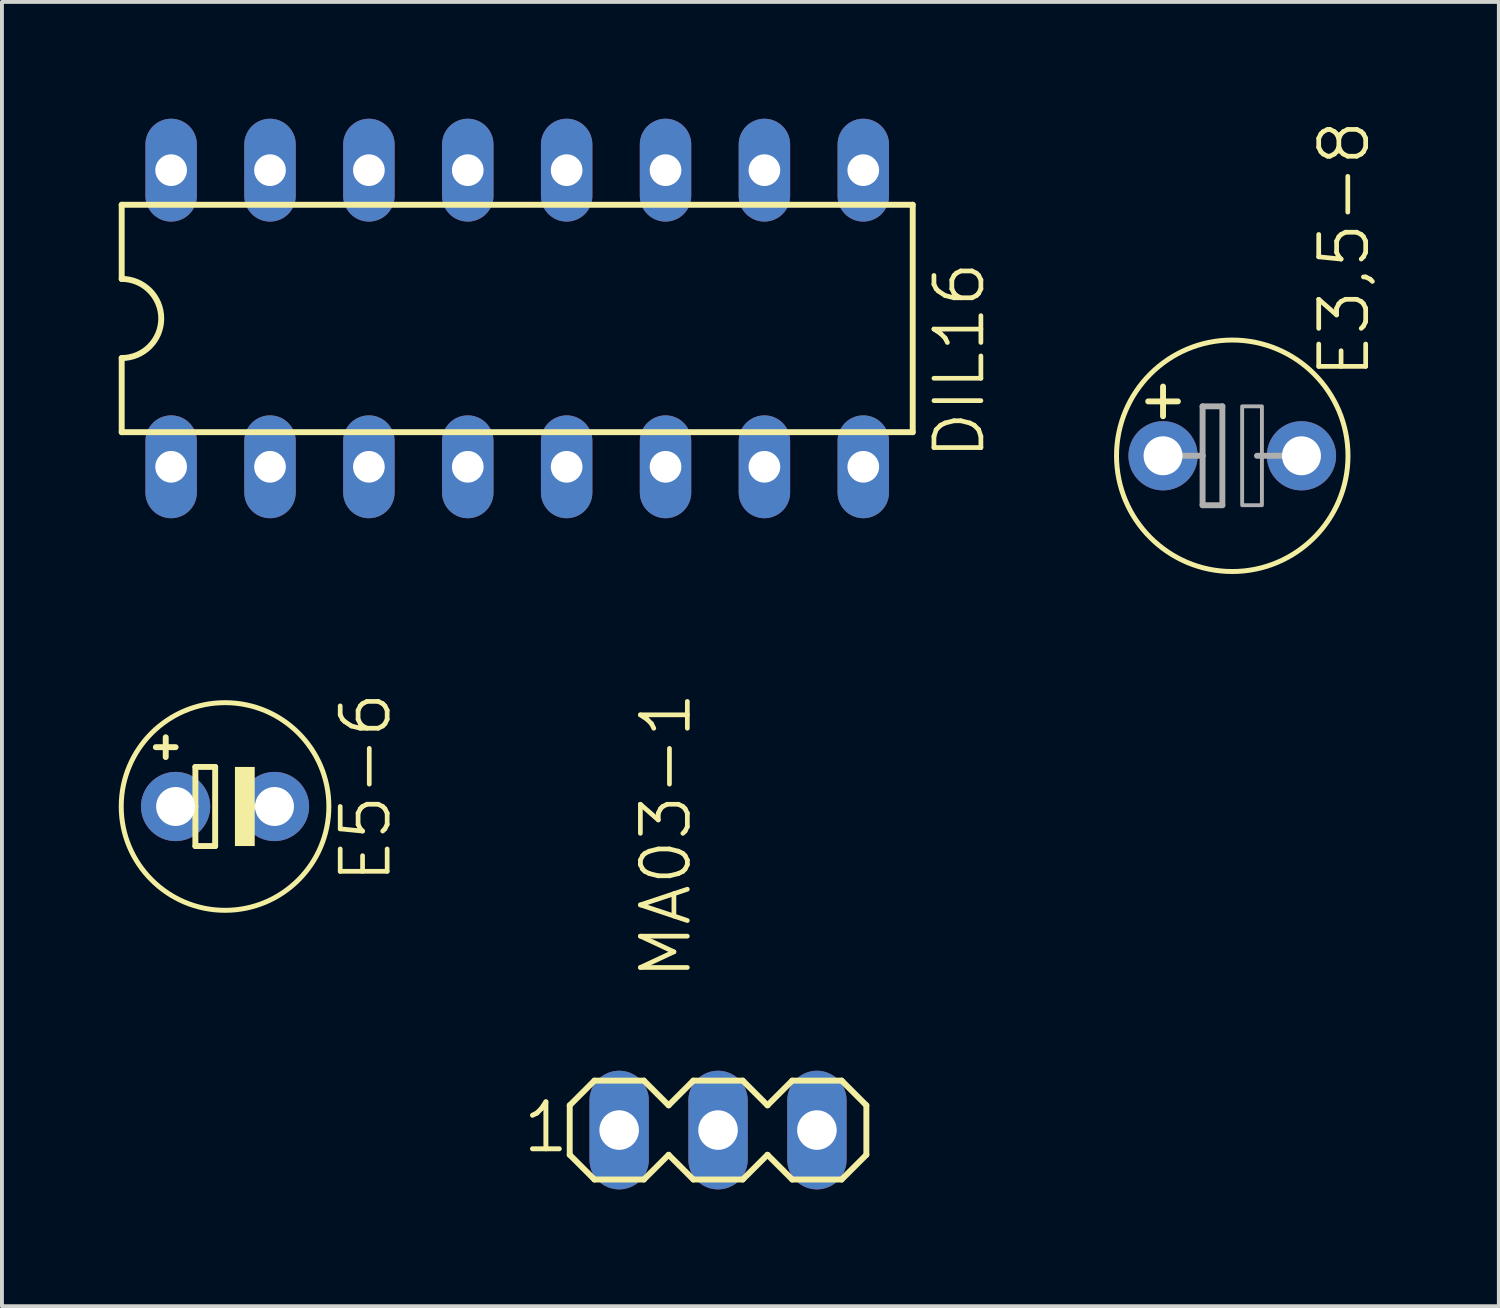
<source format=kicad_pcb>
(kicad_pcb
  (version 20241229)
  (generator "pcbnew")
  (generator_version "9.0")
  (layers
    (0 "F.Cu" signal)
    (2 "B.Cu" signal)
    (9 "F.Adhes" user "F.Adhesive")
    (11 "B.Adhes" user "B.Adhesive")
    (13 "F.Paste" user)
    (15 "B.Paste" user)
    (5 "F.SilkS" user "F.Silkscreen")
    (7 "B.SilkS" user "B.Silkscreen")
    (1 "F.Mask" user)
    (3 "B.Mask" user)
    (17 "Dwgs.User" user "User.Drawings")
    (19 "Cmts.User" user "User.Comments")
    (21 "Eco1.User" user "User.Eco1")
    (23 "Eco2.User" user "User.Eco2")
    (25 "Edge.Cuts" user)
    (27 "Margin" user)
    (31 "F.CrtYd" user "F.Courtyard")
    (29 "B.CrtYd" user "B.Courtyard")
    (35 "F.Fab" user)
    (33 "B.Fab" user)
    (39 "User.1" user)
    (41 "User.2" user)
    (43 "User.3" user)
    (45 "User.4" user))
  (footprint "DIL16"
    (layer "F.Cu")
    (at 10.236 5.131)
    (property "Reference" "DIL16" (at 12.065 3.683 90) (layer "F.SilkS") (effects (font (size 1.206 1.206) (thickness 0.121)) (justify left bottom)))
    (attr through_hole)
    (fp_line (start -10.16 -2.921) (end -10.16 -1.016) (stroke (width 0.152) (type solid)) (layer "F.SilkS"))
    (fp_line (start -10.16 2.921) (end -10.16 1.016) (stroke (width 0.152) (type solid)) (layer "F.SilkS"))
    (fp_line (start -10.16 2.921) (end 10.16 2.921) (stroke (width 0.152) (type solid)) (layer "F.SilkS"))
    (fp_line (start 10.16 -2.921) (end -10.16 -2.921) (stroke (width 0.152) (type solid)) (layer "F.SilkS"))
    (fp_line (start 10.16 -2.921) (end 10.16 2.921) (stroke (width 0.152) (type solid)) (layer "F.SilkS"))
    (fp_arc (start -10.16 -1.016) (mid -9.144 0) (end -10.16 1.016) (stroke (width 0.1524) (type solid)) (layer "F.SilkS"))
    (pad "1" thru_hole oval (at -8.89 3.81 90) (size 2.642 1.321) (drill 0.813) (layers "*.Cu" "*.Mask"))
    (pad "2" thru_hole oval (at -6.35 3.81 90) (size 2.642 1.321) (drill 0.813) (layers "*.Cu" "*.Mask"))
    (pad "3" thru_hole oval (at -3.81 3.81 90) (size 2.642 1.321) (drill 0.813) (layers "*.Cu" "*.Mask"))
    (pad "4" thru_hole oval (at -1.27 3.81 90) (size 2.642 1.321) (drill 0.813) (layers "*.Cu" "*.Mask"))
    (pad "5" thru_hole oval (at 1.27 3.81 90) (size 2.642 1.321) (drill 0.813) (layers "*.Cu" "*.Mask"))
    (pad "6" thru_hole oval (at 3.81 3.81 90) (size 2.642 1.321) (drill 0.813) (layers "*.Cu" "*.Mask"))
    (pad "7" thru_hole oval (at 6.35 3.81 90) (size 2.642 1.321) (drill 0.813) (layers "*.Cu" "*.Mask"))
    (pad "8" thru_hole oval (at 8.89 3.81 90) (size 2.642 1.321) (drill 0.813) (layers "*.Cu" "*.Mask"))
    (pad "9" thru_hole oval (at 8.89 -3.81 90) (size 2.642 1.321) (drill 0.813) (layers "*.Cu" "*.Mask"))
    (pad "10" thru_hole oval (at 6.35 -3.81 90) (size 2.642 1.321) (drill 0.813) (layers "*.Cu" "*.Mask"))
    (pad "11" thru_hole oval (at 3.81 -3.81 90) (size 2.642 1.321) (drill 0.813) (layers "*.Cu" "*.Mask"))
    (pad "12" thru_hole oval (at 1.27 -3.81 90) (size 2.642 1.321) (drill 0.813) (layers "*.Cu" "*.Mask"))
    (pad "13" thru_hole oval (at -1.27 -3.81 90) (size 2.642 1.321) (drill 0.813) (layers "*.Cu" "*.Mask"))
    (pad "14" thru_hole oval (at -3.81 -3.81 90) (size 2.642 1.321) (drill 0.813) (layers "*.Cu" "*.Mask"))
    (pad "15" thru_hole oval (at -6.35 -3.81 90) (size 2.642 1.321) (drill 0.813) (layers "*.Cu" "*.Mask"))
    (pad "16" thru_hole oval (at -8.89 -3.81 90) (size 2.642 1.321) (drill 0.813) (layers "*.Cu" "*.Mask")))
  (footprint "E5-6"
    (layer "F.Cu")
    (at 2.731 17.667)
    (property "Reference" "E5-6" (at 4.318 2.032 90) (layer "F.SilkS") (effects (font (size 1.206 1.206) (thickness 0.121)) (justify left bottom)))
    (attr through_hole)
    (fp_line (start -1.778 -1.524) (end -1.27 -1.524) (stroke (width 0.152) (type solid)) (layer "F.SilkS"))
    (fp_line (start -1.524 -1.27) (end -1.524 -1.778) (stroke (width 0.152) (type solid)) (layer "F.SilkS"))
    (fp_line (start -1.397 0) (end -0.762 0) (stroke (width 0.152) (type solid)) (layer "F.SilkS"))
    (fp_line (start -0.762 -1.016) (end -0.762 0) (stroke (width 0.152) (type solid)) (layer "F.SilkS"))
    (fp_line (start -0.762 0) (end -0.762 1.016) (stroke (width 0.152) (type solid)) (layer "F.SilkS"))
    (fp_line (start -0.762 1.016) (end -0.254 1.016) (stroke (width 0.152) (type solid)) (layer "F.SilkS"))
    (fp_line (start -0.254 -1.016) (end -0.762 -1.016) (stroke (width 0.152) (type solid)) (layer "F.SilkS"))
    (fp_line (start -0.254 1.016) (end -0.254 -1.016) (stroke (width 0.152) (type solid)) (layer "F.SilkS"))
    (fp_line (start 0.635 0) (end 1.397 0) (stroke (width 0.152) (type solid)) (layer "F.SilkS"))
    (fp_circle (center 0 0) (end 2.667 0) (stroke (width 0.127) (type solid)) (fill no) (layer "F.SilkS"))
    (fp_poly (pts (xy 0.254 1.016) (xy 0.762 1.016) (xy 0.762 -1.016) (xy 0.254 -1.016)) (stroke (width 0) (type solid)) (fill yes) (layer "F.SilkS"))
    (pad "+" thru_hole circle (at -1.27 0) (size 1.778 1.778) (drill 1) (layers "*.Cu" "*.Mask"))
    (pad "-" thru_hole circle (at 1.27 0) (size 1.778 1.778) (drill 1) (layers "*.Cu" "*.Mask")))
  (footprint "MA03-1"
    (layer "F.Cu")
    (at 15.395 25.979)
    (property "Reference" "MA03-1" (at -0.635 -3.81 270) (layer "F.SilkS") (effects (font (size 1.206 1.206) (thickness 0.121)) (justify left bottom)))
    (attr through_hole)
    (fp_line (start -3.81 -0.635) (end -3.81 0.635) (stroke (width 0.152) (type solid)) (layer "F.SilkS"))
    (fp_line (start -3.81 0.635) (end -3.175 1.27) (stroke (width 0.152) (type solid)) (layer "F.SilkS"))
    (fp_line (start -3.175 -1.27) (end -3.81 -0.635) (stroke (width 0.152) (type solid)) (layer "F.SilkS"))
    (fp_line (start -3.175 -1.27) (end -1.905 -1.27) (stroke (width 0.152) (type solid)) (layer "F.SilkS"))
    (fp_line (start -1.905 -1.27) (end -1.27 -0.635) (stroke (width 0.152) (type solid)) (layer "F.SilkS"))
    (fp_line (start -1.905 1.27) (end -3.175 1.27) (stroke (width 0.152) (type solid)) (layer "F.SilkS"))
    (fp_line (start -1.27 -0.635) (end -0.635 -1.27) (stroke (width 0.152) (type solid)) (layer "F.SilkS"))
    (fp_line (start -1.27 0.635) (end -1.905 1.27) (stroke (width 0.152) (type solid)) (layer "F.SilkS"))
    (fp_line (start -0.635 -1.27) (end 0.635 -1.27) (stroke (width 0.152) (type solid)) (layer "F.SilkS"))
    (fp_line (start -0.635 1.27) (end -1.27 0.635) (stroke (width 0.152) (type solid)) (layer "F.SilkS"))
    (fp_line (start 0.635 -1.27) (end 1.27 -0.635) (stroke (width 0.152) (type solid)) (layer "F.SilkS"))
    (fp_line (start 0.635 1.27) (end -0.635 1.27) (stroke (width 0.152) (type solid)) (layer "F.SilkS"))
    (fp_line (start 1.27 -0.635) (end 1.905 -1.27) (stroke (width 0.152) (type solid)) (layer "F.SilkS"))
    (fp_line (start 1.27 0.635) (end 0.635 1.27) (stroke (width 0.152) (type solid)) (layer "F.SilkS"))
    (fp_line (start 1.905 -1.27) (end 3.175 -1.27) (stroke (width 0.152) (type solid)) (layer "F.SilkS"))
    (fp_line (start 1.905 1.27) (end 1.27 0.635) (stroke (width 0.152) (type solid)) (layer "F.SilkS"))
    (fp_line (start 3.175 -1.27) (end 3.81 -0.635) (stroke (width 0.152) (type solid)) (layer "F.SilkS"))
    (fp_line (start 3.175 1.27) (end 1.905 1.27) (stroke (width 0.152) (type solid)) (layer "F.SilkS"))
    (fp_line (start 3.81 -0.635) (end 3.81 0.635) (stroke (width 0.152) (type solid)) (layer "F.SilkS"))
    (fp_line (start 3.81 0.635) (end 3.175 1.27) (stroke (width 0.152) (type solid)) (layer "F.SilkS"))
    (fp_poly (pts (xy -2.794 0.254) (xy -2.286 0.254) (xy -2.286 -0.254) (xy -2.794 -0.254)) (stroke (width 0.1) (type solid)) (fill no) (layer "F.Fab"))
    (fp_poly (pts (xy -0.254 0.254) (xy 0.254 0.254) (xy 0.254 -0.254) (xy -0.254 -0.254)) (stroke (width 0.1) (type solid)) (fill no) (layer "F.Fab"))
    (fp_poly (pts (xy 2.286 0.254) (xy 2.794 0.254) (xy 2.794 -0.254) (xy 2.286 -0.254)) (stroke (width 0.1) (type solid)) (fill no) (layer "F.Fab"))
    (fp_text user "1" (at -5.08 0.635 0) (layer "F.SilkS") (effects (font (size 1.206 1.206) (thickness 0.127)) (justify left bottom)))
    (pad "1" thru_hole oval (at -2.54 0 90) (size 3.048 1.524) (drill 1.016) (layers "*.Cu" "*.Mask"))
    (pad "2" thru_hole oval (at 0 0 90) (size 3.048 1.524) (drill 1.016) (layers "*.Cu" "*.Mask"))
    (pad "3" thru_hole oval (at 2.54 0 90) (size 3.048 1.524) (drill 1.016) (layers "*.Cu" "*.Mask")))
  (footprint "E3,5-8"
    (layer "F.Cu")
    (at 28.604 8.658)
    (property "Reference" "E3,5-8" (at 3.581 -1.93 90) (layer "F.SilkS") (effects (font (size 1.206 1.206) (thickness 0.121)) (justify left bottom)))
    (attr through_hole)
    (fp_line (start -2.159 -1.397) (end -1.397 -1.397) (stroke (width 0.152) (type solid)) (layer "F.SilkS"))
    (fp_line (start -1.778 -1.016) (end -1.778 -1.778) (stroke (width 0.152) (type solid)) (layer "F.SilkS"))
    (fp_circle (center 0 0) (end 2.973 0) (stroke (width 0.127) (type solid)) (fill no) (layer "F.SilkS"))
    (fp_line (start -1.651 0) (end -0.762 0) (stroke (width 0.152) (type solid)) (layer "F.Fab"))
    (fp_line (start -0.762 -1.27) (end -0.762 0) (stroke (width 0.152) (type solid)) (layer "F.Fab"))
    (fp_line (start -0.762 0) (end -0.762 1.27) (stroke (width 0.152) (type solid)) (layer "F.Fab"))
    (fp_line (start -0.762 1.27) (end -0.254 1.27) (stroke (width 0.152) (type solid)) (layer "F.Fab"))
    (fp_line (start -0.254 -1.27) (end -0.762 -1.27) (stroke (width 0.152) (type solid)) (layer "F.Fab"))
    (fp_line (start -0.254 1.27) (end -0.254 -1.27) (stroke (width 0.152) (type solid)) (layer "F.Fab"))
    (fp_line (start 0.635 0) (end 1.651 0) (stroke (width 0.152) (type solid)) (layer "F.Fab"))
    (fp_poly (pts (xy 0.254 1.27) (xy 0.762 1.27) (xy 0.762 -1.27) (xy 0.254 -1.27)) (stroke (width 0.1) (type solid)) (fill no) (layer "F.Fab"))
    (pad "+" thru_hole circle (at -1.778 0) (size 1.778 1.778) (drill 1) (layers "*.Cu" "*.Mask"))
    (pad "-" thru_hole circle (at 1.778 0) (size 1.778 1.778) (drill 1) (layers "*.Cu" "*.Mask")))
  (gr_rect
    (start -3 -3)
    (end 35.452 30.503)
    (stroke (width 0.1) (type default))
    (fill no)
    (layer "Edge.Cuts")))
</source>
